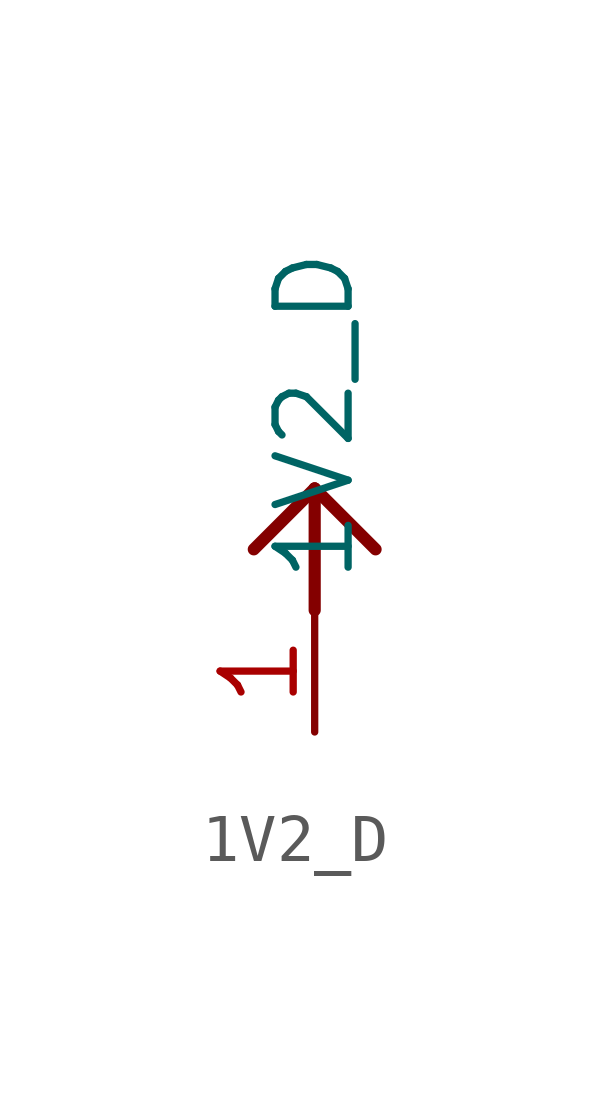
<source format=kicad_sym>
(kicad_symbol_lib
  (version 20241209)
  (generator "kicad_symbol_editor")
  (generator_version "9.0")
  (symbol "1V2_D"
    (power)
    (property "Reference" ""
      (at 0 0 0)
      (effects (font (size 1.27 1.27)) (hide yes)))
    (property "ki_locked" ""
      (at 0 0 0)
      (effects (font (size 1.27 1.27))))
    (symbol "1V2_D_1_0"
      (polyline (pts (xy 0 0) (xy -1.27 -1.27)) (stroke (width 0.254) (type solid)) (fill (type none)))
      (polyline (pts (xy 0 0) (xy 0 -2.54)) (stroke (width 0.254) (type solid)) (fill (type none)))
      (polyline (pts (xy 0 0) (xy 1.27 -1.27)) (stroke (width 0.254) (type solid)) (fill (type none)))
      (pin power_in line (at 0 -5.08 90) (length 2.54) (name "1V2_D" (effects (font (size 1.524 1.524)))) (number "1" (effects (font (size 1.524 1.524))))))))
</source>
